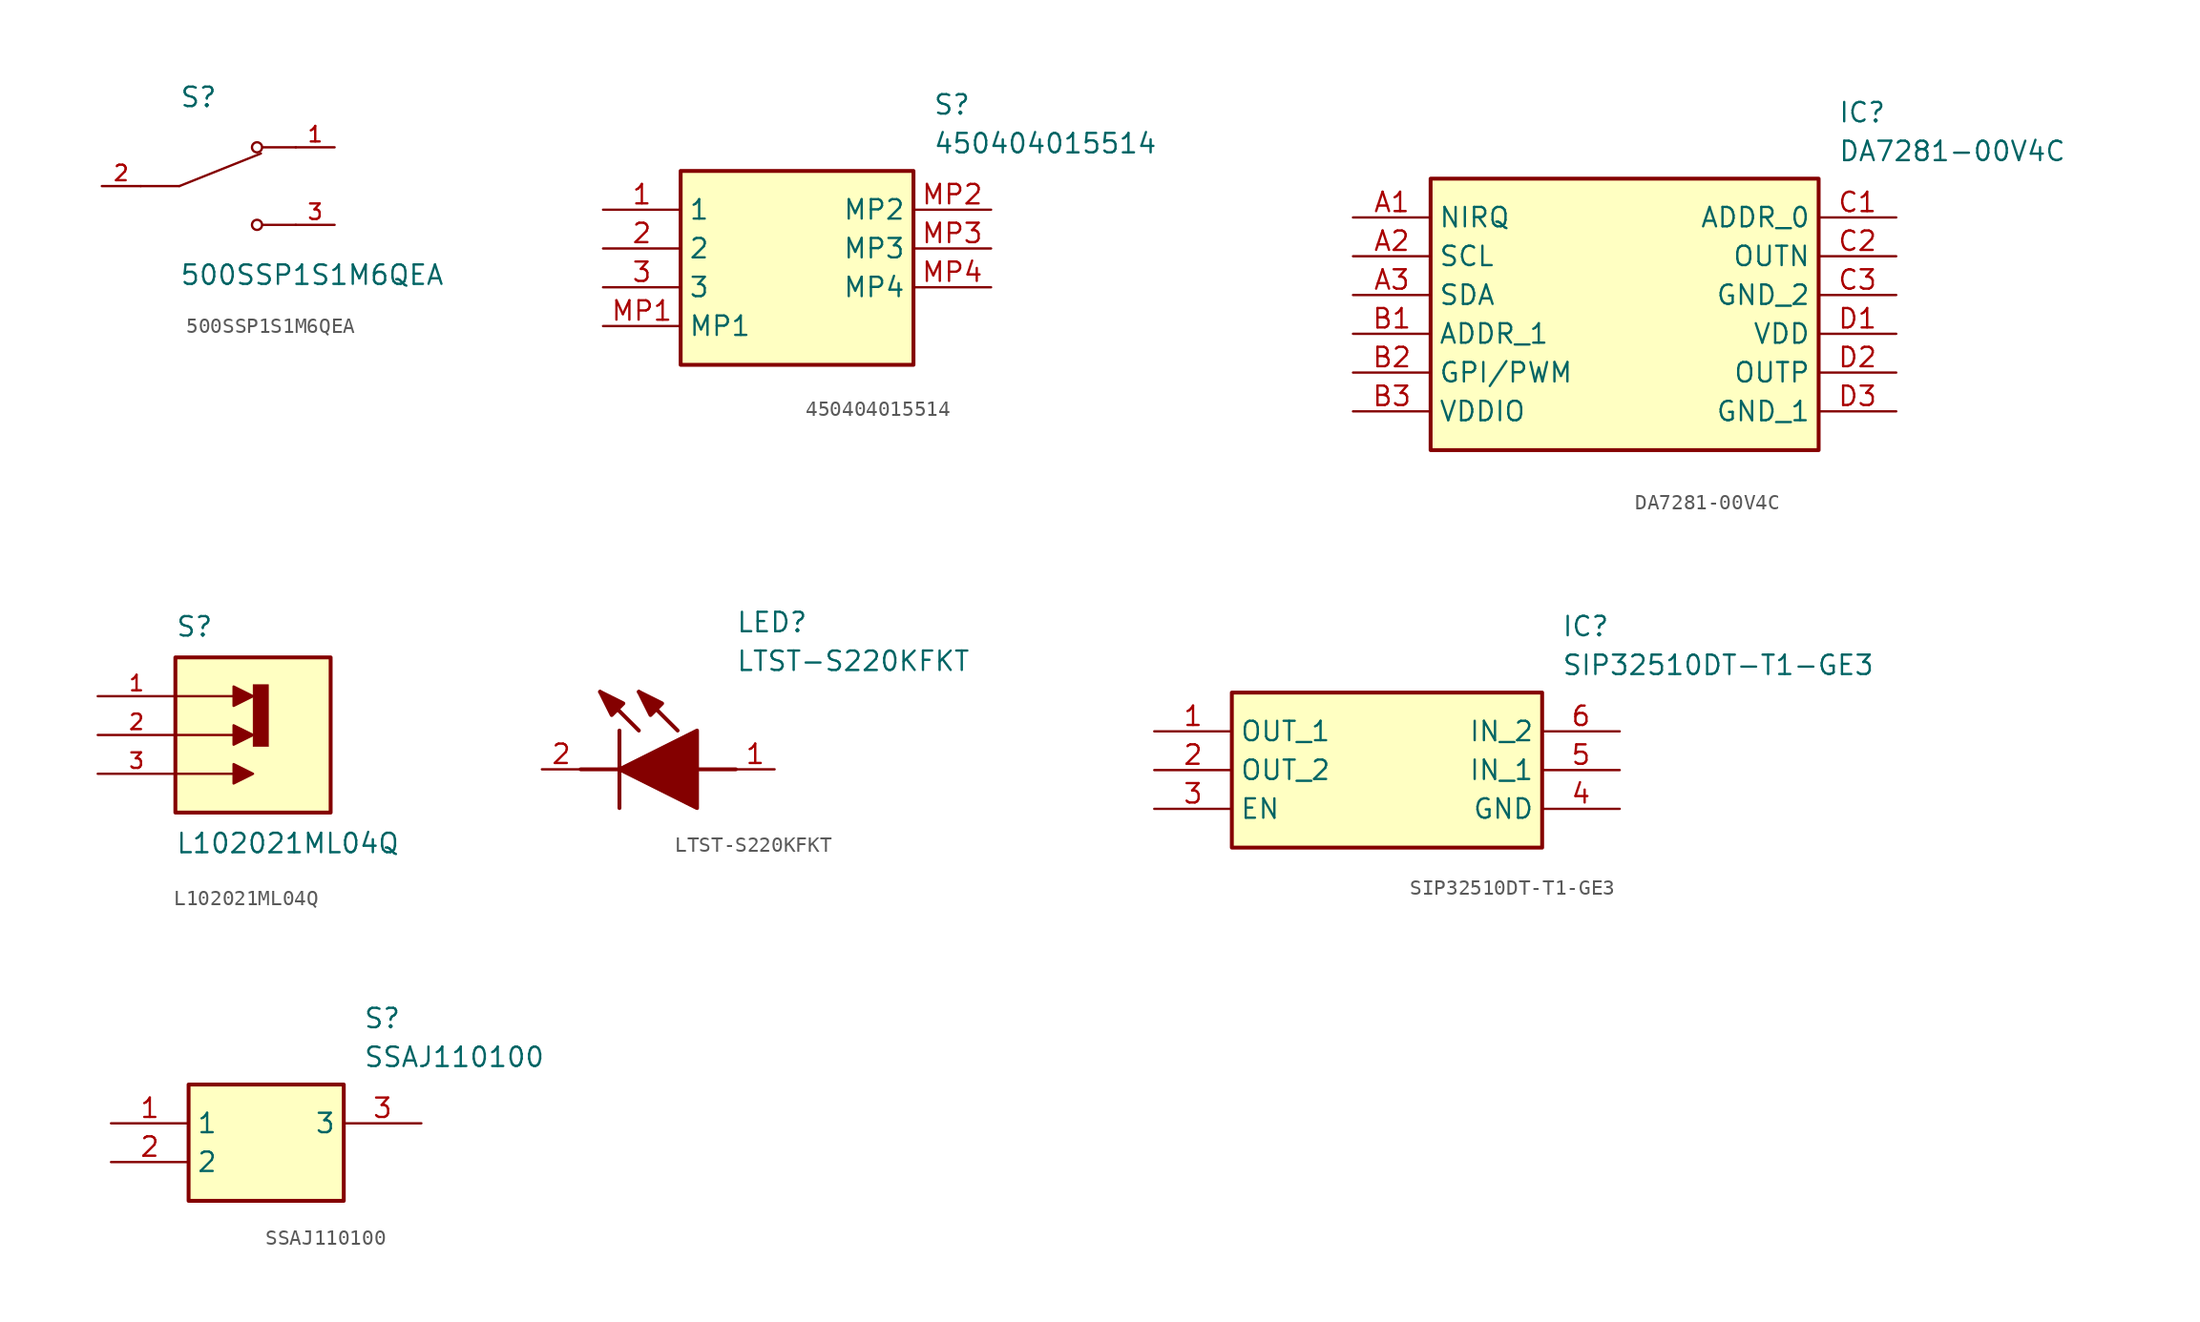
<source format=kicad_sym>
(kicad_symbol_lib
  (version 20220914)
  (generator kicad_symbol_editor)
  (symbol "500SSP1S1M6QEA"
    (pin_names
      (offset 1.016))
    (property "Reference" "S"
      (at -2.54 5.08 0)
      (effects (font (size 1.27 1.27)) (justify left bottom)))
    (property "Value" "500SSP1S1M6QEA"
      (at -2.54 -5.08 0)
      (effects (font (size 1.27 1.27)) (justify left top)))
    (symbol "500SSP1S1M6QEA_0_0"
      (polyline (pts (xy -2.54 0) (xy -5.08 0)) (stroke (width 0.152) (type default)) (fill (type none)))
      (polyline (pts (xy -2.54 0) (xy 2.794 2.134)) (stroke (width 0.152) (type default)) (fill (type none)))
      (polyline (pts (xy 5.08 -2.54) (xy 2.921 -2.54)) (stroke (width 0.152) (type default)) (fill (type none)))
      (polyline (pts (xy 5.08 2.54) (xy 2.921 2.54)) (stroke (width 0.152) (type default)) (fill (type none)))
      (circle (center 2.54 -2.54) (radius 0.33) (stroke (width 0.152) (type default)) (fill (type none)))
      (circle (center 2.54 2.54) (radius 0.33) (stroke (width 0.152) (type default)) (fill (type none)))
      (pin passive line (at 7.62 2.54 180) (length 2.54) (name "~" (effects (font (size 1.016 1.016)))) (number "1" (effects (font (size 1.016 1.016)))))
      (pin passive line (at -7.62 0 0) (length 2.54) (name "~" (effects (font (size 1.016 1.016)))) (number "2" (effects (font (size 1.016 1.016)))))
      (pin passive line (at 7.62 -2.54 180) (length 2.54) (name "~" (effects (font (size 1.016 1.016)))) (number "3" (effects (font (size 1.016 1.016)))))))
  (symbol "450404015514"
    (property "Reference" "S"
      (at 21.59 7.62 0)
      (effects (font (size 1.27 1.27)) (justify left top)))
    (property "Value" "450404015514"
      (at 21.59 5.08 0)
      (effects (font (size 1.27 1.27)) (justify left top)))
    (symbol "450404015514_1_1"
      (rectangle (start 5.08 2.54) (end 20.32 -10.16) (stroke (width 0.254) (type default)) (fill (type background)))
      (pin passive line (at 0 0 0) (length 5.08) (name "1" (effects (font (size 1.27 1.27)))) (number "1" (effects (font (size 1.27 1.27)))))
      (pin passive line (at 0 -2.54 0) (length 5.08) (name "2" (effects (font (size 1.27 1.27)))) (number "2" (effects (font (size 1.27 1.27)))))
      (pin passive line (at 0 -5.08 0) (length 5.08) (name "3" (effects (font (size 1.27 1.27)))) (number "3" (effects (font (size 1.27 1.27)))))
      (pin passive line (at 0 -7.62 0) (length 5.08) (name "MP1" (effects (font (size 1.27 1.27)))) (number "MP1" (effects (font (size 1.27 1.27)))))
      (pin passive line (at 25.4 0 180) (length 5.08) (name "MP2" (effects (font (size 1.27 1.27)))) (number "MP2" (effects (font (size 1.27 1.27)))))
      (pin passive line (at 25.4 -2.54 180) (length 5.08) (name "MP3" (effects (font (size 1.27 1.27)))) (number "MP3" (effects (font (size 1.27 1.27)))))
      (pin passive line (at 25.4 -5.08 180) (length 5.08) (name "MP4" (effects (font (size 1.27 1.27)))) (number "MP4" (effects (font (size 1.27 1.27)))))))
  (symbol "DA7281-00V4C"
    (property "Reference" "IC"
      (at 31.75 7.62 0)
      (effects (font (size 1.27 1.27)) (justify left top)))
    (property "Value" "DA7281-00V4C"
      (at 31.75 5.08 0)
      (effects (font (size 1.27 1.27)) (justify left top)))
    (symbol "DA7281-00V4C_1_1"
      (rectangle (start 5.08 2.54) (end 30.48 -15.24) (stroke (width 0.254) (type default)) (fill (type background)))
      (pin passive line (at 0 0 0) (length 5.08) (name "NIRQ" (effects (font (size 1.27 1.27)))) (number "A1" (effects (font (size 1.27 1.27)))))
      (pin passive line (at 0 -2.54 0) (length 5.08) (name "SCL" (effects (font (size 1.27 1.27)))) (number "A2" (effects (font (size 1.27 1.27)))))
      (pin passive line (at 0 -5.08 0) (length 5.08) (name "SDA" (effects (font (size 1.27 1.27)))) (number "A3" (effects (font (size 1.27 1.27)))))
      (pin passive line (at 0 -7.62 0) (length 5.08) (name "ADDR_1" (effects (font (size 1.27 1.27)))) (number "B1" (effects (font (size 1.27 1.27)))))
      (pin passive line (at 0 -10.16 0) (length 5.08) (name "GPI/PWM" (effects (font (size 1.27 1.27)))) (number "B2" (effects (font (size 1.27 1.27)))))
      (pin passive line (at 0 -12.7 0) (length 5.08) (name "VDDIO" (effects (font (size 1.27 1.27)))) (number "B3" (effects (font (size 1.27 1.27)))))
      (pin passive line (at 35.56 0 180) (length 5.08) (name "ADDR_0" (effects (font (size 1.27 1.27)))) (number "C1" (effects (font (size 1.27 1.27)))))
      (pin passive line (at 35.56 -2.54 180) (length 5.08) (name "OUTN" (effects (font (size 1.27 1.27)))) (number "C2" (effects (font (size 1.27 1.27)))))
      (pin passive line (at 35.56 -5.08 180) (length 5.08) (name "GND_2" (effects (font (size 1.27 1.27)))) (number "C3" (effects (font (size 1.27 1.27)))))
      (pin passive line (at 35.56 -7.62 180) (length 5.08) (name "VDD" (effects (font (size 1.27 1.27)))) (number "D1" (effects (font (size 1.27 1.27)))))
      (pin passive line (at 35.56 -10.16 180) (length 5.08) (name "OUTP" (effects (font (size 1.27 1.27)))) (number "D2" (effects (font (size 1.27 1.27)))))
      (pin passive line (at 35.56 -12.7 180) (length 5.08) (name "GND_1" (effects (font (size 1.27 1.27)))) (number "D3" (effects (font (size 1.27 1.27)))))))
  (symbol "L102021ML04Q"
    (pin_names
      (offset 1.016))
    (property "Reference" "S"
      (at -5.08 6.35 0)
      (effects (font (size 1.27 1.27)) (justify left bottom)))
    (property "Value" "L102021ML04Q"
      (at -5.08 -6.35 0)
      (effects (font (size 1.27 1.27)) (justify left top)))
    (symbol "L102021ML04Q_0_0"
      (rectangle (start -5.08 -5.08) (end 5.08 5.08) (stroke (width 0.254) (type default)) (fill (type background)))
      (polyline (pts (xy -5.08 -2.54) (xy -1.27 -2.54)) (stroke (width 0.152) (type default)) (fill (type none)))
      (polyline (pts (xy -5.08 0) (xy -1.27 0)) (stroke (width 0.152) (type default)) (fill (type none)))
      (polyline (pts (xy -5.08 2.54) (xy -1.27 2.54)) (stroke (width 0.152) (type default)) (fill (type none)))
      (polyline (pts (xy -1.27 -1.905) (xy -1.27 -3.175) (xy 0 -2.54) (xy -1.27 -1.905)) (stroke (width 0.152) (type default)) (fill (type outline)))
      (polyline (pts (xy -1.27 0.635) (xy -1.27 -0.635) (xy 0 0) (xy -1.27 0.635)) (stroke (width 0.152) (type default)) (fill (type outline)))
      (polyline (pts (xy -1.27 3.175) (xy -1.27 1.905) (xy 0 2.54) (xy -1.27 3.175)) (stroke (width 0.152) (type default)) (fill (type outline)))
      (polyline (pts (xy 0 3.302) (xy 0 -0.762) (xy 1.016 -0.762) (xy 1.016 3.302) (xy 0 3.302)) (stroke (width 0.025) (type default)) (fill (type outline)))
      (pin passive line (at -10.16 2.54 0) (length 5.08) (name "~" (effects (font (size 1.016 1.016)))) (number "1" (effects (font (size 1.016 1.016)))))
      (pin passive line (at -10.16 0 0) (length 5.08) (name "~" (effects (font (size 1.016 1.016)))) (number "2" (effects (font (size 1.016 1.016)))))
      (pin passive line (at -10.16 -2.54 0) (length 5.08) (name "~" (effects (font (size 1.016 1.016)))) (number "3" (effects (font (size 1.016 1.016)))))))
  (symbol "LTST-S220KFKT"
    (pin_names hide)
    (property "Reference" "LED"
      (at 12.7 8.89 0)
      (effects (font (size 1.27 1.27)) (justify left bottom)))
    (property "Value" "LTST-S220KFKT"
      (at 12.7 6.35 0)
      (effects (font (size 1.27 1.27)) (justify left bottom)))
    (symbol "LTST-S220KFKT_1_1"
      (polyline (pts (xy 2.54 0) (xy 5.08 0)) (stroke (width 0.254) (type default)) (fill (type none)))
      (polyline (pts (xy 5.08 2.54) (xy 5.08 -2.54)) (stroke (width 0.254) (type default)) (fill (type none)))
      (polyline (pts (xy 6.35 2.54) (xy 3.81 5.08)) (stroke (width 0.254) (type default)) (fill (type none)))
      (polyline (pts (xy 8.89 2.54) (xy 6.35 5.08)) (stroke (width 0.254) (type default)) (fill (type none)))
      (polyline (pts (xy 10.16 0) (xy 12.7 0)) (stroke (width 0.254) (type default)) (fill (type none)))
      (polyline (pts (xy 5.08 0) (xy 10.16 2.54) (xy 10.16 -2.54) (xy 5.08 0)) (stroke (width 0.254) (type default)) (fill (type outline)))
      (polyline (pts (xy 5.334 4.318) (xy 4.572 3.556) (xy 3.81 5.08) (xy 5.334 4.318)) (stroke (width 0.254) (type default)) (fill (type outline)))
      (polyline (pts (xy 7.874 4.318) (xy 7.112 3.556) (xy 6.35 5.08) (xy 7.874 4.318)) (stroke (width 0.254) (type default)) (fill (type outline)))
      (pin passive line (at 15.24 0 180) (length 2.54) (name "A" (effects (font (size 1.27 1.27)))) (number "1" (effects (font (size 1.27 1.27)))))
      (pin passive line (at 0 0 0) (length 2.54) (name "K" (effects (font (size 1.27 1.27)))) (number "2" (effects (font (size 1.27 1.27)))))))
  (symbol "SIP32510DT-T1-GE3"
    (property "Reference" "IC"
      (at 26.67 7.62 0)
      (effects (font (size 1.27 1.27)) (justify left top)))
    (property "Value" "SIP32510DT-T1-GE3"
      (at 26.67 5.08 0)
      (effects (font (size 1.27 1.27)) (justify left top)))
    (symbol "SIP32510DT-T1-GE3_1_1"
      (rectangle (start 5.08 2.54) (end 25.4 -7.62) (stroke (width 0.254) (type default)) (fill (type background)))
      (pin passive line (at 0 0 0) (length 5.08) (name "OUT_1" (effects (font (size 1.27 1.27)))) (number "1" (effects (font (size 1.27 1.27)))))
      (pin passive line (at 0 -2.54 0) (length 5.08) (name "OUT_2" (effects (font (size 1.27 1.27)))) (number "2" (effects (font (size 1.27 1.27)))))
      (pin passive line (at 0 -5.08 0) (length 5.08) (name "EN" (effects (font (size 1.27 1.27)))) (number "3" (effects (font (size 1.27 1.27)))))
      (pin passive line (at 30.48 -5.08 180) (length 5.08) (name "GND" (effects (font (size 1.27 1.27)))) (number "4" (effects (font (size 1.27 1.27)))))
      (pin passive line (at 30.48 -2.54 180) (length 5.08) (name "IN_1" (effects (font (size 1.27 1.27)))) (number "5" (effects (font (size 1.27 1.27)))))
      (pin passive line (at 30.48 0 180) (length 5.08) (name "IN_2" (effects (font (size 1.27 1.27)))) (number "6" (effects (font (size 1.27 1.27)))))))
  (symbol "SSAJ110100"
    (property "Reference" "S"
      (at 16.51 7.62 0)
      (effects (font (size 1.27 1.27)) (justify left top)))
    (property "Value" "SSAJ110100"
      (at 16.51 5.08 0)
      (effects (font (size 1.27 1.27)) (justify left top)))
    (symbol "SSAJ110100_1_1"
      (rectangle (start 5.08 2.54) (end 15.24 -5.08) (stroke (width 0.254) (type default)) (fill (type background)))
      (pin passive line (at 0 0 0) (length 5.08) (name "1" (effects (font (size 1.27 1.27)))) (number "1" (effects (font (size 1.27 1.27)))))
      (pin passive line (at 0 -2.54 0) (length 5.08) (name "2" (effects (font (size 1.27 1.27)))) (number "2" (effects (font (size 1.27 1.27)))))
      (pin passive line (at 20.32 0 180) (length 5.08) (name "3" (effects (font (size 1.27 1.27)))) (number "3" (effects (font (size 1.27 1.27))))))))
</source>
